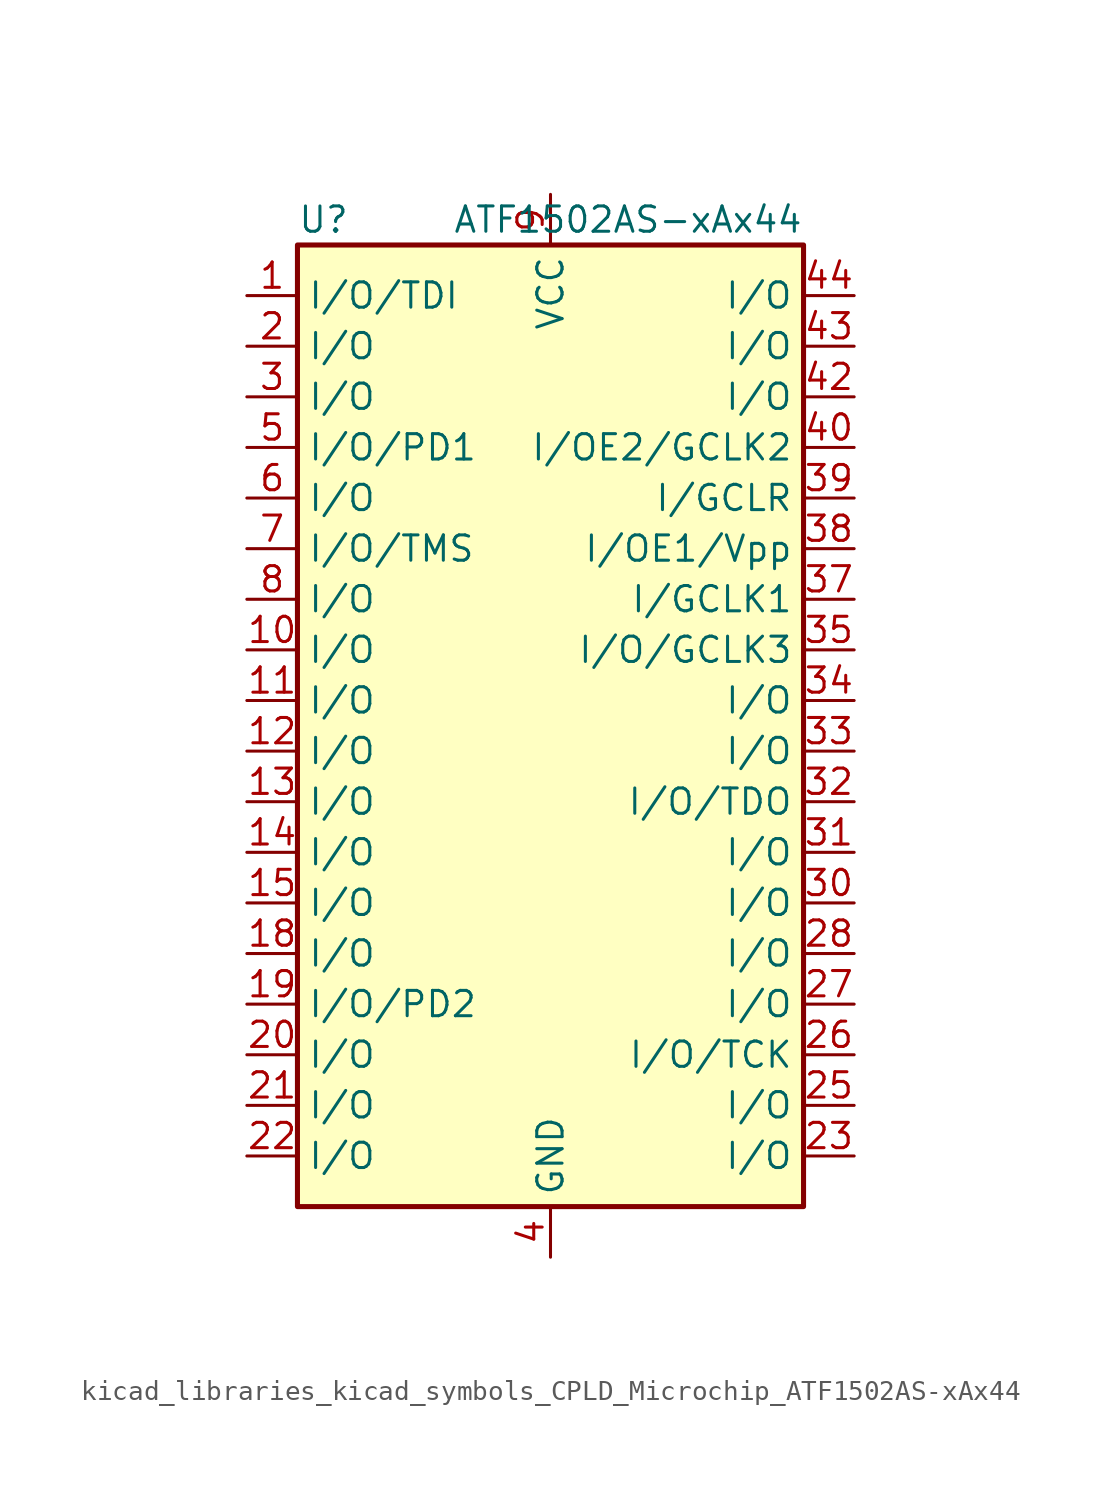
<source format=kicad_sym>
(kicad_symbol_lib
  (version 20220914)
  (generator kicad_symbol_editor)
  (symbol "kicad_libraries_kicad_symbols_CPLD_Microchip_ATF1502AS-xAx44"
    (property "Reference" "U"
      (at -12.7 24.13 0)
      (effects (font (size 1.27 1.27)) (justify left)))
    (property "Value" "ATF1502AS-xAx44"
      (at 12.7 24.13 0)
      (effects (font (size 1.27 1.27)) (justify right)))
    (symbol "kicad_libraries_kicad_symbols_CPLD_Microchip_ATF1502AS-xAx44_0_1"
      (rectangle (start -12.7 22.86) (end 12.7 -25.4) (stroke (width 0.254) (type default)) (fill (type background))))
    (symbol "kicad_libraries_kicad_symbols_CPLD_Microchip_ATF1502AS-xAx44_1_1"
      (pin bidirectional line (at -15.24 20.32 0) (length 2.54) (name "I/O/TDI" (effects (font (size 1.27 1.27)))) (number "1" (effects (font (size 1.27 1.27)))))
      (pin bidirectional line (at -15.24 2.54 0) (length 2.54) (name "I/O" (effects (font (size 1.27 1.27)))) (number "10" (effects (font (size 1.27 1.27)))))
      (pin bidirectional line (at -15.24 0 0) (length 2.54) (name "I/O" (effects (font (size 1.27 1.27)))) (number "11" (effects (font (size 1.27 1.27)))))
      (pin bidirectional line (at -15.24 -2.54 0) (length 2.54) (name "I/O" (effects (font (size 1.27 1.27)))) (number "12" (effects (font (size 1.27 1.27)))))
      (pin bidirectional line (at -15.24 -5.08 0) (length 2.54) (name "I/O" (effects (font (size 1.27 1.27)))) (number "13" (effects (font (size 1.27 1.27)))))
      (pin bidirectional line (at -15.24 -7.62 0) (length 2.54) (name "I/O" (effects (font (size 1.27 1.27)))) (number "14" (effects (font (size 1.27 1.27)))))
      (pin bidirectional line (at -15.24 -10.16 0) (length 2.54) (name "I/O" (effects (font (size 1.27 1.27)))) (number "15" (effects (font (size 1.27 1.27)))))
      (pin passive line (at 0 -27.94 90) (length 2.54) hide (name "GND" (effects (font (size 1.27 1.27)))) (number "16" (effects (font (size 1.27 1.27)))))
      (pin passive line (at 0 25.4 270) (length 2.54) hide (name "VCC" (effects (font (size 1.27 1.27)))) (number "17" (effects (font (size 1.27 1.27)))))
      (pin bidirectional line (at -15.24 -12.7 0) (length 2.54) (name "I/O" (effects (font (size 1.27 1.27)))) (number "18" (effects (font (size 1.27 1.27)))))
      (pin bidirectional line (at -15.24 -15.24 0) (length 2.54) (name "I/O/PD2" (effects (font (size 1.27 1.27)))) (number "19" (effects (font (size 1.27 1.27)))))
      (pin bidirectional line (at -15.24 17.78 0) (length 2.54) (name "I/O" (effects (font (size 1.27 1.27)))) (number "2" (effects (font (size 1.27 1.27)))))
      (pin bidirectional line (at -15.24 -17.78 0) (length 2.54) (name "I/O" (effects (font (size 1.27 1.27)))) (number "20" (effects (font (size 1.27 1.27)))))
      (pin bidirectional line (at -15.24 -20.32 0) (length 2.54) (name "I/O" (effects (font (size 1.27 1.27)))) (number "21" (effects (font (size 1.27 1.27)))))
      (pin bidirectional line (at -15.24 -22.86 0) (length 2.54) (name "I/O" (effects (font (size 1.27 1.27)))) (number "22" (effects (font (size 1.27 1.27)))))
      (pin bidirectional line (at 15.24 -22.86 180) (length 2.54) (name "I/O" (effects (font (size 1.27 1.27)))) (number "23" (effects (font (size 1.27 1.27)))))
      (pin passive line (at 0 -27.94 90) (length 2.54) hide (name "GND" (effects (font (size 1.27 1.27)))) (number "24" (effects (font (size 1.27 1.27)))))
      (pin bidirectional line (at 15.24 -20.32 180) (length 2.54) (name "I/O" (effects (font (size 1.27 1.27)))) (number "25" (effects (font (size 1.27 1.27)))))
      (pin bidirectional line (at 15.24 -17.78 180) (length 2.54) (name "I/O/TCK" (effects (font (size 1.27 1.27)))) (number "26" (effects (font (size 1.27 1.27)))))
      (pin bidirectional line (at 15.24 -15.24 180) (length 2.54) (name "I/O" (effects (font (size 1.27 1.27)))) (number "27" (effects (font (size 1.27 1.27)))))
      (pin bidirectional line (at 15.24 -12.7 180) (length 2.54) (name "I/O" (effects (font (size 1.27 1.27)))) (number "28" (effects (font (size 1.27 1.27)))))
      (pin passive line (at 0 25.4 270) (length 2.54) hide (name "VCC" (effects (font (size 1.27 1.27)))) (number "29" (effects (font (size 1.27 1.27)))))
      (pin bidirectional line (at -15.24 15.24 0) (length 2.54) (name "I/O" (effects (font (size 1.27 1.27)))) (number "3" (effects (font (size 1.27 1.27)))))
      (pin bidirectional line (at 15.24 -10.16 180) (length 2.54) (name "I/O" (effects (font (size 1.27 1.27)))) (number "30" (effects (font (size 1.27 1.27)))))
      (pin bidirectional line (at 15.24 -7.62 180) (length 2.54) (name "I/O" (effects (font (size 1.27 1.27)))) (number "31" (effects (font (size 1.27 1.27)))))
      (pin bidirectional line (at 15.24 -5.08 180) (length 2.54) (name "I/O/TDO" (effects (font (size 1.27 1.27)))) (number "32" (effects (font (size 1.27 1.27)))))
      (pin bidirectional line (at 15.24 -2.54 180) (length 2.54) (name "I/O" (effects (font (size 1.27 1.27)))) (number "33" (effects (font (size 1.27 1.27)))))
      (pin bidirectional line (at 15.24 0 180) (length 2.54) (name "I/O" (effects (font (size 1.27 1.27)))) (number "34" (effects (font (size 1.27 1.27)))))
      (pin bidirectional line (at 15.24 2.54 180) (length 2.54) (name "I/O/GCLK3" (effects (font (size 1.27 1.27)))) (number "35" (effects (font (size 1.27 1.27)))))
      (pin passive line (at 0 -27.94 90) (length 2.54) hide (name "GND" (effects (font (size 1.27 1.27)))) (number "36" (effects (font (size 1.27 1.27)))))
      (pin input line (at 15.24 5.08 180) (length 2.54) (name "I/GCLK1" (effects (font (size 1.27 1.27)))) (number "37" (effects (font (size 1.27 1.27)))))
      (pin input line (at 15.24 7.62 180) (length 2.54) (name "I/OE1/Vpp" (effects (font (size 1.27 1.27)))) (number "38" (effects (font (size 1.27 1.27)))))
      (pin input line (at 15.24 10.16 180) (length 2.54) (name "I/GCLR" (effects (font (size 1.27 1.27)))) (number "39" (effects (font (size 1.27 1.27)))))
      (pin power_in line (at 0 -27.94 90) (length 2.54) (name "GND" (effects (font (size 1.27 1.27)))) (number "4" (effects (font (size 1.27 1.27)))))
      (pin input line (at 15.24 12.7 180) (length 2.54) (name "I/OE2/GCLK2" (effects (font (size 1.27 1.27)))) (number "40" (effects (font (size 1.27 1.27)))))
      (pin passive line (at 0 25.4 270) (length 2.54) hide (name "VCC" (effects (font (size 1.27 1.27)))) (number "41" (effects (font (size 1.27 1.27)))))
      (pin bidirectional line (at 15.24 15.24 180) (length 2.54) (name "I/O" (effects (font (size 1.27 1.27)))) (number "42" (effects (font (size 1.27 1.27)))))
      (pin bidirectional line (at 15.24 17.78 180) (length 2.54) (name "I/O" (effects (font (size 1.27 1.27)))) (number "43" (effects (font (size 1.27 1.27)))))
      (pin bidirectional line (at 15.24 20.32 180) (length 2.54) (name "I/O" (effects (font (size 1.27 1.27)))) (number "44" (effects (font (size 1.27 1.27)))))
      (pin bidirectional line (at -15.24 12.7 0) (length 2.54) (name "I/O/PD1" (effects (font (size 1.27 1.27)))) (number "5" (effects (font (size 1.27 1.27)))))
      (pin bidirectional line (at -15.24 10.16 0) (length 2.54) (name "I/O" (effects (font (size 1.27 1.27)))) (number "6" (effects (font (size 1.27 1.27)))))
      (pin bidirectional line (at -15.24 7.62 0) (length 2.54) (name "I/O/TMS" (effects (font (size 1.27 1.27)))) (number "7" (effects (font (size 1.27 1.27)))))
      (pin bidirectional line (at -15.24 5.08 0) (length 2.54) (name "I/O" (effects (font (size 1.27 1.27)))) (number "8" (effects (font (size 1.27 1.27)))))
      (pin power_in line (at 0 25.4 270) (length 2.54) (name "VCC" (effects (font (size 1.27 1.27)))) (number "9" (effects (font (size 1.27 1.27))))))))
</source>
